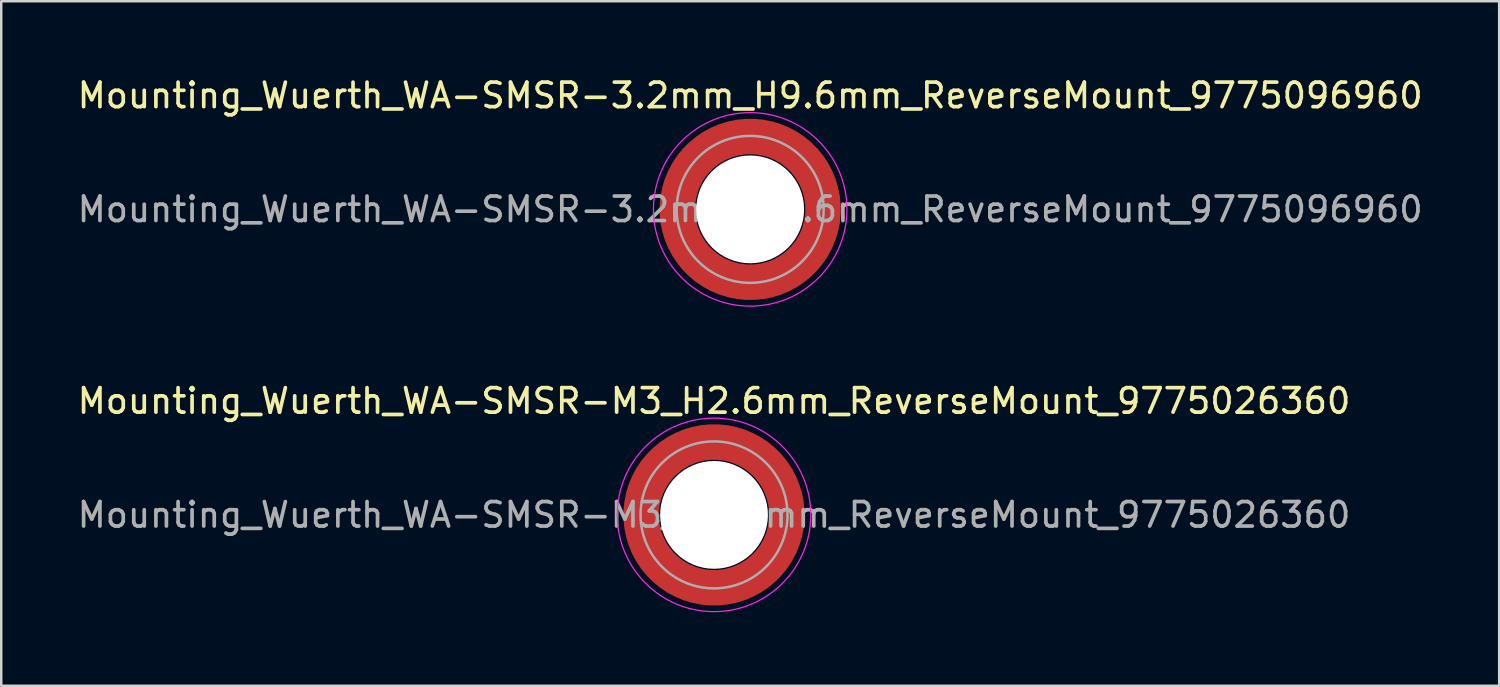
<source format=kicad_pcb>
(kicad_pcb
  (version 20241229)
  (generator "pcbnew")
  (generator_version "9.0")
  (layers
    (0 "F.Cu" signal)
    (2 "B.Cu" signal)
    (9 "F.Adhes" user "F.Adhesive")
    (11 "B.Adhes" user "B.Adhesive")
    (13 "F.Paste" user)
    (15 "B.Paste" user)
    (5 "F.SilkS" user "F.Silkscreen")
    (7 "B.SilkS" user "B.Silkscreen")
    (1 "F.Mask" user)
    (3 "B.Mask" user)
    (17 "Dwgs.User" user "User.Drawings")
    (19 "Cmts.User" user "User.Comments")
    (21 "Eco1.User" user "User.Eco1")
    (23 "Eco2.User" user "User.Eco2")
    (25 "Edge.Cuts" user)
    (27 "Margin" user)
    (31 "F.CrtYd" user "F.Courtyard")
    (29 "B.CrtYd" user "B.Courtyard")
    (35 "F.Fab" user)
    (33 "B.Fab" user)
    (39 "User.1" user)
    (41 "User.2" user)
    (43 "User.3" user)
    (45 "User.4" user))
  (footprint "Mounting_Wuerth_WA-SMSR-M3_H2.6mm_ReverseMount_9775026360"
    (layer "F.Cu")
    (at 26.101 17.971)
    (property "Reference" "Mounting_Wuerth_WA-SMSR-M3_H2.6mm_ReverseMount_9775026360" (at 0 -4.65 0) (layer "F.SilkS") (effects (font (size 1 1) (thickness 0.15))))
    (attr smd)
    (fp_circle (center 0 0) (end 3.95 0) (stroke (width 0.05) (type solid)) (fill no) (layer "F.CrtYd"))
    (fp_circle (center 0 0) (end 3 0) (stroke (width 0.1) (type solid)) (fill no) (layer "F.Fab"))
    (fp_text user "${REFERENCE}" (at 0 0 0) (layer "F.Fab") (effects (font (size 1 1) (thickness 0.15))))
    (pad "" smd custom (at -2.095 -2.095) (size 0.945 0.945) (layers "F.Paste") (options (anchor circle)) (primitives (gr_arc (start -0.24231 1.594804) (mid 0.404104 0.405534) (end 1.592827 -0.241886) (width 0.2)) (gr_arc (start -0.3398 1.594804) (mid 0.335987 0.338711) (end 1.591031 -0.339022) (width 0.2)) (gr_arc (start -0.437132 1.594804) (mid 0.268952 0.270807) (end 1.592231 -0.436623) (width 0.2)) (gr_arc (start -0.534324 1.594804) (mid 0.201345 0.203474) (end 1.591846 -0.53376) (width 0.2)) (gr_arc (start -0.631391 1.594804) (mid 0.134696 0.135183) (end 1.594126 -0.631267) (width 0.2)) (gr_arc (start -0.728345 1.594804) (mid 0.067234 0.067705) (end 1.594149 -0.728229) (width 0.2)) (gr_arc (start -0.825197 1.594804) (mid -0.001218 0.001219) (end 1.591408 -0.824614) (width 0.2)) (gr_arc (start -0.921958 1.594804) (mid -0.068952 -0.065985) (end 1.590665 -0.921269) (width 0.2)) (gr_arc (start -1.018637 1.594804) (mid -0.135972 -0.133907) (end 1.59192 -1.018172) (width 0.2)) (gr_arc (start -1.115239 1.594804) (mid -0.20428 -0.200537) (end 1.589574 -1.11442) (width 0.2)) (gr_arc (start -1.211773 1.594804) (mid -0.26993 -0.269828) (end 1.594662 -1.211751) (width 0.2)) (gr_arc (start -1.308244 1.594804) (mid -0.33911 -0.335587) (end 1.589875 -1.307516) (width 0.2)) (gr_arc (start -1.404657 1.594804) (mid -0.405633 -0.404004) (end 1.592524 -1.404331) (width 0.2)) (gr_arc (start -1.404657 1.594804) (mid -0.405633 -0.404004) (end 1.592524 -1.404331) (width 0.2)) (gr_line (start 1.595 -0.242) (end 1.595 -1.405) (width 0.2)) (gr_line (start -0.242 1.595) (end -1.405 1.595) (width 0.2))))
    (pad "" smd custom (at -2.095 2.095) (size 0.945 0.945) (layers "F.Paste") (options (anchor circle)) (primitives (gr_arc (start 1.594804 0.24231) (mid 0.405534 -0.404104) (end -0.241886 -1.592827) (width 0.2)) (gr_arc (start 1.594804 0.3398) (mid 0.338711 -0.335987) (end -0.339022 -1.591031) (width 0.2)) (gr_arc (start 1.594804 0.437132) (mid 0.270807 -0.268952) (end -0.436623 -1.592231) (width 0.2)) (gr_arc (start 1.594804 0.534324) (mid 0.203474 -0.201345) (end -0.53376 -1.591846) (width 0.2)) (gr_arc (start 1.594804 0.631391) (mid 0.135183 -0.134696) (end -0.631267 -1.594126) (width 0.2)) (gr_arc (start 1.594804 0.728345) (mid 0.067705 -0.067234) (end -0.728229 -1.594149) (width 0.2)) (gr_arc (start 1.594804 0.825197) (mid 0.001219 0.001218) (end -0.824614 -1.591408) (width 0.2)) (gr_arc (start 1.594804 0.921958) (mid -0.065985 0.068952) (end -0.921269 -1.590665) (width 0.2)) (gr_arc (start 1.594804 1.018637) (mid -0.133907 0.135972) (end -1.018172 -1.59192) (width 0.2)) (gr_arc (start 1.594804 1.115239) (mid -0.200537 0.20428) (end -1.11442 -1.589574) (width 0.2)) (gr_arc (start 1.594804 1.211773) (mid -0.269828 0.26993) (end -1.211751 -1.594662) (width 0.2)) (gr_arc (start 1.594804 1.308244) (mid -0.335587 0.33911) (end -1.307516 -1.589875) (width 0.2)) (gr_arc (start 1.594804 1.404657) (mid -0.404004 0.405633) (end -1.404331 -1.592524) (width 0.2)) (gr_arc (start 1.594804 1.404657) (mid -0.404004 0.405633) (end -1.404331 -1.592524) (width 0.2)) (gr_line (start -0.242 -1.595) (end -1.405 -1.595) (width 0.2)) (gr_line (start 1.595 0.242) (end 1.595 1.405) (width 0.2))))
    (pad "" np_thru_hole circle (at 0 0) (size 4.4 4.4) (drill 4.4) (layers "*.Cu" "*.Mask"))
    (pad "" smd custom (at 2.095 -2.095) (size 0.945 0.945) (layers "F.Paste") (options (anchor circle)) (primitives (gr_arc (start -1.594804 -0.24231) (mid -0.405534 0.404104) (end 0.241886 1.592827) (width 0.2)) (gr_arc (start -1.594804 -0.3398) (mid -0.338711 0.335987) (end 0.339022 1.591031) (width 0.2)) (gr_arc (start -1.594804 -0.437132) (mid -0.270807 0.268952) (end 0.436623 1.592231) (width 0.2)) (gr_arc (start -1.594804 -0.534324) (mid -0.203474 0.201345) (end 0.53376 1.591846) (width 0.2)) (gr_arc (start -1.594804 -0.631391) (mid -0.135183 0.134696) (end 0.631267 1.594126) (width 0.2)) (gr_arc (start -1.594804 -0.728345) (mid -0.067705 0.067234) (end 0.728229 1.594149) (width 0.2)) (gr_arc (start -1.594804 -0.825197) (mid -0.001219 -0.001218) (end 0.824614 1.591408) (width 0.2)) (gr_arc (start -1.594804 -0.921958) (mid 0.065985 -0.068952) (end 0.921269 1.590665) (width 0.2)) (gr_arc (start -1.594804 -1.018637) (mid 0.133907 -0.135972) (end 1.018172 1.59192) (width 0.2)) (gr_arc (start -1.594804 -1.115239) (mid 0.200537 -0.20428) (end 1.11442 1.589574) (width 0.2)) (gr_arc (start -1.594804 -1.211773) (mid 0.269828 -0.26993) (end 1.211751 1.594662) (width 0.2)) (gr_arc (start -1.594804 -1.308244) (mid 0.335587 -0.33911) (end 1.307516 1.589875) (width 0.2)) (gr_arc (start -1.594804 -1.404657) (mid 0.404004 -0.405633) (end 1.404331 1.592524) (width 0.2)) (gr_arc (start -1.594804 -1.404657) (mid 0.404004 -0.405633) (end 1.404331 1.592524) (width 0.2)) (gr_line (start 0.242 1.595) (end 1.405 1.595) (width 0.2)) (gr_line (start -1.595 -0.242) (end -1.595 -1.405) (width 0.2))))
    (pad "" smd custom (at 2.095 2.095) (size 0.945 0.945) (layers "F.Paste") (options (anchor circle)) (primitives (gr_arc (start 0.24231 -1.594804) (mid -0.404104 -0.405534) (end -1.592827 0.241886) (width 0.2)) (gr_arc (start 0.3398 -1.594804) (mid -0.335987 -0.338711) (end -1.591031 0.339022) (width 0.2)) (gr_arc (start 0.437132 -1.594804) (mid -0.268952 -0.270807) (end -1.592231 0.436623) (width 0.2)) (gr_arc (start 0.534324 -1.594804) (mid -0.201345 -0.203474) (end -1.591846 0.53376) (width 0.2)) (gr_arc (start 0.631391 -1.594804) (mid -0.134696 -0.135183) (end -1.594126 0.631267) (width 0.2)) (gr_arc (start 0.728345 -1.594804) (mid -0.067234 -0.067705) (end -1.594149 0.728229) (width 0.2)) (gr_arc (start 0.825197 -1.594804) (mid 0.001218 -0.001219) (end -1.591408 0.824614) (width 0.2)) (gr_arc (start 0.921958 -1.594804) (mid 0.068952 0.065985) (end -1.590665 0.921269) (width 0.2)) (gr_arc (start 1.018637 -1.594804) (mid 0.135972 0.133907) (end -1.59192 1.018172) (width 0.2)) (gr_arc (start 1.115239 -1.594804) (mid 0.20428 0.200537) (end -1.589574 1.11442) (width 0.2)) (gr_arc (start 1.211773 -1.594804) (mid 0.26993 0.269828) (end -1.594662 1.211751) (width 0.2)) (gr_arc (start 1.308244 -1.594804) (mid 0.33911 0.335587) (end -1.589875 1.307516) (width 0.2)) (gr_arc (start 1.404657 -1.594804) (mid 0.405633 0.404004) (end -1.592524 1.404331) (width 0.2)) (gr_arc (start 1.404657 -1.594804) (mid 0.405633 0.404004) (end -1.592524 1.404331) (width 0.2)) (gr_line (start -1.595 0.242) (end -1.595 1.405) (width 0.2)) (gr_line (start 0.242 -1.595) (end 1.405 -1.595) (width 0.2))))
    (pad "1" smd circle (at -2.975 0) (size 1.05 1.05) (layers "F.Cu"))
    (pad "1" smd circle (at 0 -2.975) (size 1.05 1.05) (layers "F.Cu"))
    (pad "1" smd circle (at 0 2.975) (size 1.05 1.05) (layers "F.Cu"))
    (pad "1" smd custom (at 2.975 0) (size 1.05 1.05) (layers "F.Cu" "F.Mask") (options (anchor circle)) (primitives (gr_circle (center -2.975 0) (end 0 0) (width 1.45) (fill no)))))
  (footprint "Mounting_Wuerth_WA-SMSR-3.2mm_H9.6mm_ReverseMount_9775096960"
    (layer "F.Cu")
    (at 27.577 5.498)
    (property "Reference" "Mounting_Wuerth_WA-SMSR-3.2mm_H9.6mm_ReverseMount_9775096960" (at 0 -4.65 0) (layer "F.SilkS") (effects (font (size 1 1) (thickness 0.15))))
    (attr smd)
    (fp_circle (center 0 0) (end 3.95 0) (stroke (width 0.05) (type solid)) (fill no) (layer "F.CrtYd"))
    (fp_circle (center 0 0) (end 3 0) (stroke (width 0.1) (type solid)) (fill no) (layer "F.Fab"))
    (fp_text user "${REFERENCE}" (at 0 0 0) (layer "F.Fab") (effects (font (size 1 1) (thickness 0.15))))
    (pad "" smd custom (at -2.095 -2.095) (size 0.945 0.945) (layers "F.Paste") (options (anchor circle)) (primitives (gr_arc (start -0.24231 1.594804) (mid 0.404104 0.405534) (end 1.592827 -0.241886) (width 0.2)) (gr_arc (start -0.3398 1.594804) (mid 0.335987 0.338711) (end 1.591031 -0.339022) (width 0.2)) (gr_arc (start -0.437132 1.594804) (mid 0.268952 0.270807) (end 1.592231 -0.436623) (width 0.2)) (gr_arc (start -0.534324 1.594804) (mid 0.201345 0.203474) (end 1.591846 -0.53376) (width 0.2)) (gr_arc (start -0.631391 1.594804) (mid 0.134696 0.135183) (end 1.594126 -0.631267) (width 0.2)) (gr_arc (start -0.728345 1.594804) (mid 0.067234 0.067705) (end 1.594149 -0.728229) (width 0.2)) (gr_arc (start -0.825197 1.594804) (mid -0.001218 0.001219) (end 1.591408 -0.824614) (width 0.2)) (gr_arc (start -0.921958 1.594804) (mid -0.068952 -0.065985) (end 1.590665 -0.921269) (width 0.2)) (gr_arc (start -1.018637 1.594804) (mid -0.135972 -0.133907) (end 1.59192 -1.018172) (width 0.2)) (gr_arc (start -1.115239 1.594804) (mid -0.20428 -0.200537) (end 1.589574 -1.11442) (width 0.2)) (gr_arc (start -1.211773 1.594804) (mid -0.26993 -0.269828) (end 1.594662 -1.211751) (width 0.2)) (gr_arc (start -1.308244 1.594804) (mid -0.33911 -0.335587) (end 1.589875 -1.307516) (width 0.2)) (gr_arc (start -1.404657 1.594804) (mid -0.405633 -0.404004) (end 1.592524 -1.404331) (width 0.2)) (gr_arc (start -1.404657 1.594804) (mid -0.405633 -0.404004) (end 1.592524 -1.404331) (width 0.2)) (gr_line (start 1.595 -0.242) (end 1.595 -1.405) (width 0.2)) (gr_line (start -0.242 1.595) (end -1.405 1.595) (width 0.2))))
    (pad "" smd custom (at -2.095 2.095) (size 0.945 0.945) (layers "F.Paste") (options (anchor circle)) (primitives (gr_arc (start 1.594804 0.24231) (mid 0.405534 -0.404104) (end -0.241886 -1.592827) (width 0.2)) (gr_arc (start 1.594804 0.3398) (mid 0.338711 -0.335987) (end -0.339022 -1.591031) (width 0.2)) (gr_arc (start 1.594804 0.437132) (mid 0.270807 -0.268952) (end -0.436623 -1.592231) (width 0.2)) (gr_arc (start 1.594804 0.534324) (mid 0.203474 -0.201345) (end -0.53376 -1.591846) (width 0.2)) (gr_arc (start 1.594804 0.631391) (mid 0.135183 -0.134696) (end -0.631267 -1.594126) (width 0.2)) (gr_arc (start 1.594804 0.728345) (mid 0.067705 -0.067234) (end -0.728229 -1.594149) (width 0.2)) (gr_arc (start 1.594804 0.825197) (mid 0.001219 0.001218) (end -0.824614 -1.591408) (width 0.2)) (gr_arc (start 1.594804 0.921958) (mid -0.065985 0.068952) (end -0.921269 -1.590665) (width 0.2)) (gr_arc (start 1.594804 1.018637) (mid -0.133907 0.135972) (end -1.018172 -1.59192) (width 0.2)) (gr_arc (start 1.594804 1.115239) (mid -0.200537 0.20428) (end -1.11442 -1.589574) (width 0.2)) (gr_arc (start 1.594804 1.211773) (mid -0.269828 0.26993) (end -1.211751 -1.594662) (width 0.2)) (gr_arc (start 1.594804 1.308244) (mid -0.335587 0.33911) (end -1.307516 -1.589875) (width 0.2)) (gr_arc (start 1.594804 1.404657) (mid -0.404004 0.405633) (end -1.404331 -1.592524) (width 0.2)) (gr_arc (start 1.594804 1.404657) (mid -0.404004 0.405633) (end -1.404331 -1.592524) (width 0.2)) (gr_line (start -0.242 -1.595) (end -1.405 -1.595) (width 0.2)) (gr_line (start 1.595 0.242) (end 1.595 1.405) (width 0.2))))
    (pad "" np_thru_hole circle (at 0 0) (size 4.4 4.4) (drill 4.4) (layers "*.Cu" "*.Mask"))
    (pad "" smd custom (at 2.095 -2.095) (size 0.945 0.945) (layers "F.Paste") (options (anchor circle)) (primitives (gr_arc (start -1.594804 -0.24231) (mid -0.405534 0.404104) (end 0.241886 1.592827) (width 0.2)) (gr_arc (start -1.594804 -0.3398) (mid -0.338711 0.335987) (end 0.339022 1.591031) (width 0.2)) (gr_arc (start -1.594804 -0.437132) (mid -0.270807 0.268952) (end 0.436623 1.592231) (width 0.2)) (gr_arc (start -1.594804 -0.534324) (mid -0.203474 0.201345) (end 0.53376 1.591846) (width 0.2)) (gr_arc (start -1.594804 -0.631391) (mid -0.135183 0.134696) (end 0.631267 1.594126) (width 0.2)) (gr_arc (start -1.594804 -0.728345) (mid -0.067705 0.067234) (end 0.728229 1.594149) (width 0.2)) (gr_arc (start -1.594804 -0.825197) (mid -0.001219 -0.001218) (end 0.824614 1.591408) (width 0.2)) (gr_arc (start -1.594804 -0.921958) (mid 0.065985 -0.068952) (end 0.921269 1.590665) (width 0.2)) (gr_arc (start -1.594804 -1.018637) (mid 0.133907 -0.135972) (end 1.018172 1.59192) (width 0.2)) (gr_arc (start -1.594804 -1.115239) (mid 0.200537 -0.20428) (end 1.11442 1.589574) (width 0.2)) (gr_arc (start -1.594804 -1.211773) (mid 0.269828 -0.26993) (end 1.211751 1.594662) (width 0.2)) (gr_arc (start -1.594804 -1.308244) (mid 0.335587 -0.33911) (end 1.307516 1.589875) (width 0.2)) (gr_arc (start -1.594804 -1.404657) (mid 0.404004 -0.405633) (end 1.404331 1.592524) (width 0.2)) (gr_arc (start -1.594804 -1.404657) (mid 0.404004 -0.405633) (end 1.404331 1.592524) (width 0.2)) (gr_line (start 0.242 1.595) (end 1.405 1.595) (width 0.2)) (gr_line (start -1.595 -0.242) (end -1.595 -1.405) (width 0.2))))
    (pad "" smd custom (at 2.095 2.095) (size 0.945 0.945) (layers "F.Paste") (options (anchor circle)) (primitives (gr_arc (start 0.24231 -1.594804) (mid -0.404104 -0.405534) (end -1.592827 0.241886) (width 0.2)) (gr_arc (start 0.3398 -1.594804) (mid -0.335987 -0.338711) (end -1.591031 0.339022) (width 0.2)) (gr_arc (start 0.437132 -1.594804) (mid -0.268952 -0.270807) (end -1.592231 0.436623) (width 0.2)) (gr_arc (start 0.534324 -1.594804) (mid -0.201345 -0.203474) (end -1.591846 0.53376) (width 0.2)) (gr_arc (start 0.631391 -1.594804) (mid -0.134696 -0.135183) (end -1.594126 0.631267) (width 0.2)) (gr_arc (start 0.728345 -1.594804) (mid -0.067234 -0.067705) (end -1.594149 0.728229) (width 0.2)) (gr_arc (start 0.825197 -1.594804) (mid 0.001218 -0.001219) (end -1.591408 0.824614) (width 0.2)) (gr_arc (start 0.921958 -1.594804) (mid 0.068952 0.065985) (end -1.590665 0.921269) (width 0.2)) (gr_arc (start 1.018637 -1.594804) (mid 0.135972 0.133907) (end -1.59192 1.018172) (width 0.2)) (gr_arc (start 1.115239 -1.594804) (mid 0.20428 0.200537) (end -1.589574 1.11442) (width 0.2)) (gr_arc (start 1.211773 -1.594804) (mid 0.26993 0.269828) (end -1.594662 1.211751) (width 0.2)) (gr_arc (start 1.308244 -1.594804) (mid 0.33911 0.335587) (end -1.589875 1.307516) (width 0.2)) (gr_arc (start 1.404657 -1.594804) (mid 0.405633 0.404004) (end -1.592524 1.404331) (width 0.2)) (gr_arc (start 1.404657 -1.594804) (mid 0.405633 0.404004) (end -1.592524 1.404331) (width 0.2)) (gr_line (start -1.595 0.242) (end -1.595 1.405) (width 0.2)) (gr_line (start 0.242 -1.595) (end 1.405 -1.595) (width 0.2))))
    (pad "1" smd circle (at -2.975 0) (size 1.05 1.05) (layers "F.Cu"))
    (pad "1" smd circle (at 0 -2.975) (size 1.05 1.05) (layers "F.Cu"))
    (pad "1" smd circle (at 0 2.975) (size 1.05 1.05) (layers "F.Cu"))
    (pad "1" smd custom (at 2.975 0) (size 1.05 1.05) (layers "F.Cu" "F.Mask") (options (anchor circle)) (primitives (gr_circle (center -2.975 0) (end 0 0) (width 1.45) (fill no)))))
  (gr_rect
    (start -3 -3)
    (end 58.155 24.947)
    (stroke (width 0.1) (type default))
    (fill no)
    (layer "Edge.Cuts")))
</source>
